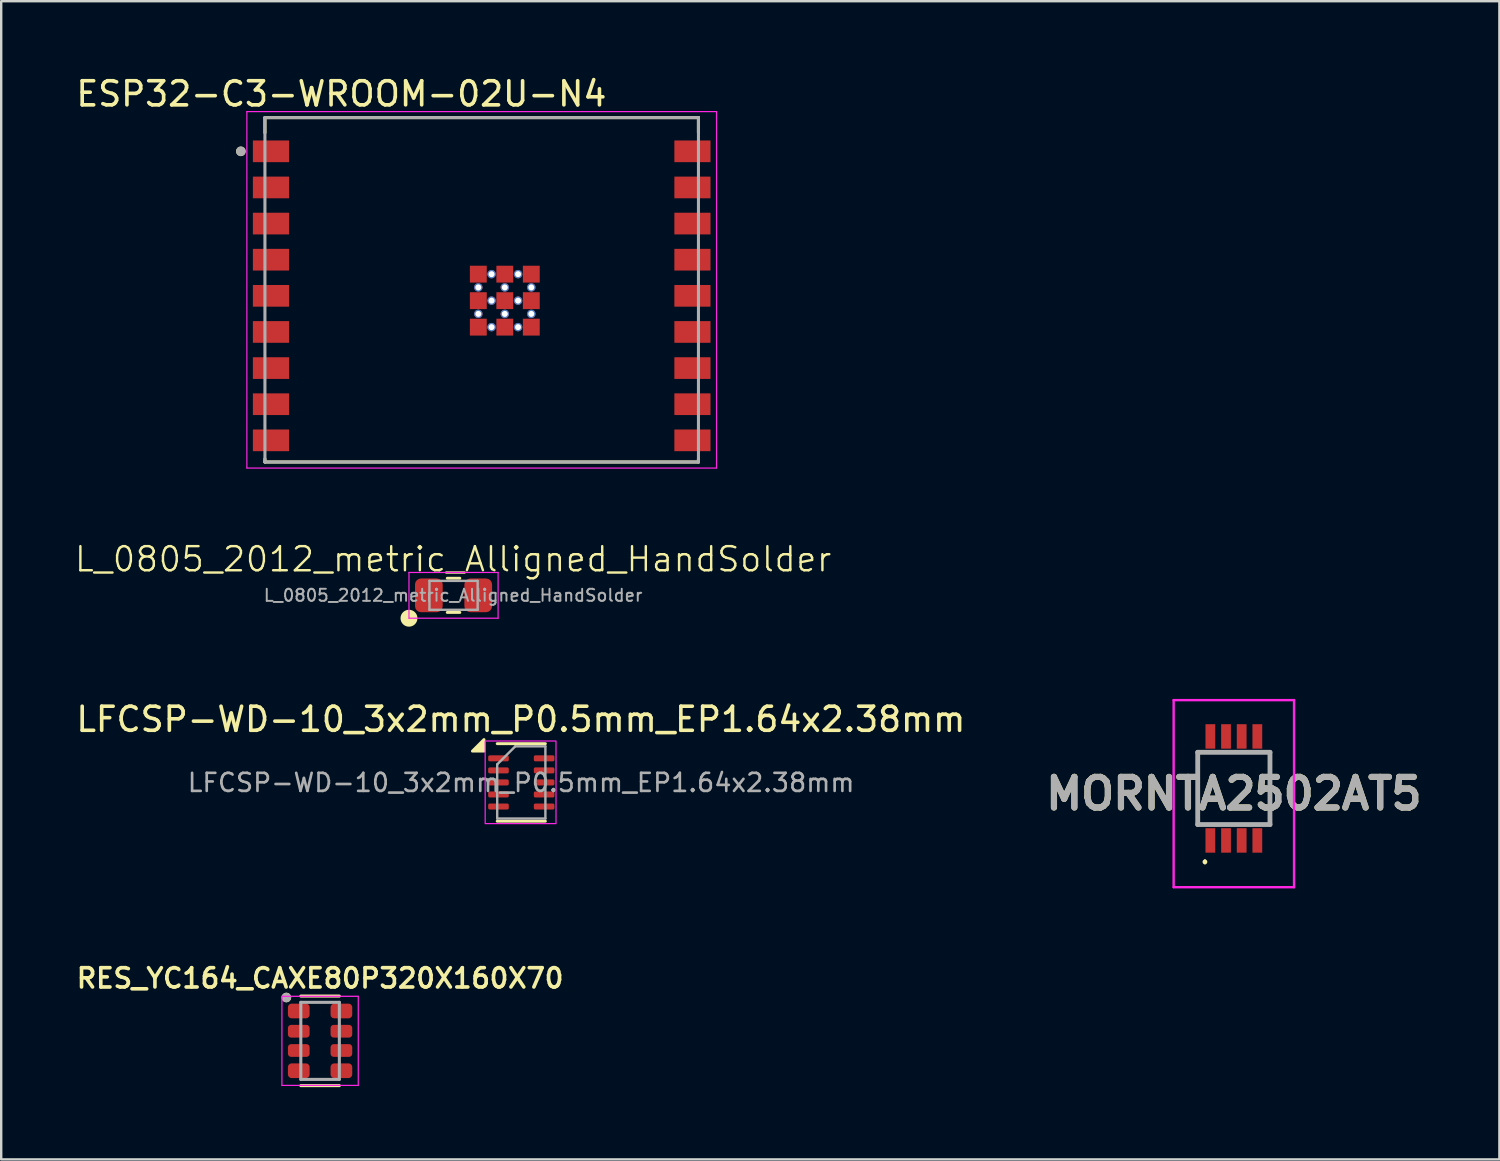
<source format=kicad_pcb>
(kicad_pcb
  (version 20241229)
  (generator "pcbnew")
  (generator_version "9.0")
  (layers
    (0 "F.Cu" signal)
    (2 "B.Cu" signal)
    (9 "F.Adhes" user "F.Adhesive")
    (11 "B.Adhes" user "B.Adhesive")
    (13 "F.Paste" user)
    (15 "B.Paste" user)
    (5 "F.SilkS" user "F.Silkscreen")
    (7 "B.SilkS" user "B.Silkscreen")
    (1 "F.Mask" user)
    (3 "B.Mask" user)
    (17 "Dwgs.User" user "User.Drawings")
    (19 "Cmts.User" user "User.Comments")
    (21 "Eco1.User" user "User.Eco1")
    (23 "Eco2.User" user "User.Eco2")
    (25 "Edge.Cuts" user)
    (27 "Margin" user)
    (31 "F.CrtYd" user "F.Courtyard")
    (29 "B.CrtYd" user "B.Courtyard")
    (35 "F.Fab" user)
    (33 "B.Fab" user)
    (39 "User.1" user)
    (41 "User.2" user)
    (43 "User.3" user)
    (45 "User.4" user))
  (footprint "ESP32-C3-WROOM-02U-N4"
    (layer "F.Cu")
    (at 16.95 8.983)
    (property "Reference" "ESP32-C3-WROOM-02U-N4" (at -5.825 -8.135 0) (layer "F.SilkS") (effects (font (size 1 1) (thickness 0.15))))
    (attr smd)
    (fp_line (start -9 -7.15) (end -9 -6.52) (stroke (width 0.127) (type solid)) (layer "F.SilkS"))
    (fp_line (start -9 7.15) (end -9 7.02) (stroke (width 0.127) (type solid)) (layer "F.SilkS"))
    (fp_line (start -9 7.15) (end 9 7.15) (stroke (width 0.127) (type solid)) (layer "F.SilkS"))
    (fp_line (start 9 -7.15) (end -9 -7.15) (stroke (width 0.127) (type solid)) (layer "F.SilkS"))
    (fp_line (start 9 -6.52) (end 9 -7.15) (stroke (width 0.127) (type solid)) (layer "F.SilkS"))
    (fp_line (start 9 7.15) (end 9 7.02) (stroke (width 0.127) (type solid)) (layer "F.SilkS"))
    (fp_circle (center -10 -5.75) (end -9.9 -5.75) (stroke (width 0.2) (type solid)) (fill no) (layer "F.SilkS"))
    (fp_line (start -9.75 -7.4) (end -9.75 7.4) (stroke (width 0.05) (type solid)) (layer "F.CrtYd"))
    (fp_line (start -9.75 7.4) (end 9.75 7.4) (stroke (width 0.05) (type solid)) (layer "F.CrtYd"))
    (fp_line (start 9.75 -7.4) (end -9.75 -7.4) (stroke (width 0.05) (type solid)) (layer "F.CrtYd"))
    (fp_line (start 9.75 7.4) (end 9.75 -7.4) (stroke (width 0.05) (type solid)) (layer "F.CrtYd"))
    (fp_line (start -9 -7.15) (end -9 7.15) (stroke (width 0.127) (type solid)) (layer "F.Fab"))
    (fp_line (start -9 7.15) (end 9 7.15) (stroke (width 0.127) (type solid)) (layer "F.Fab"))
    (fp_line (start 9 -7.15) (end -9 -7.15) (stroke (width 0.127) (type solid)) (layer "F.Fab"))
    (fp_line (start 9 7.15) (end 9 -7.15) (stroke (width 0.127) (type solid)) (layer "F.Fab"))
    (fp_circle (center -10 -5.75) (end -9.9 -5.75) (stroke (width 0.2) (type solid)) (fill no) (layer "F.Fab"))
    (pad "1" smd rect (at -8.75 -5.75) (size 1.5 0.9) (layers "F.Cu" "F.Mask" "F.Paste"))
    (pad "2" smd rect (at -8.75 -4.25) (size 1.5 0.9) (layers "F.Cu" "F.Mask" "F.Paste"))
    (pad "3" smd rect (at -8.75 -2.75) (size 1.5 0.9) (layers "F.Cu" "F.Mask" "F.Paste"))
    (pad "4" smd rect (at -8.75 -1.25) (size 1.5 0.9) (layers "F.Cu" "F.Mask" "F.Paste"))
    (pad "5" smd rect (at -8.75 0.25) (size 1.5 0.9) (layers "F.Cu" "F.Mask" "F.Paste"))
    (pad "6" smd rect (at -8.75 1.75) (size 1.5 0.9) (layers "F.Cu" "F.Mask" "F.Paste"))
    (pad "7" smd rect (at -8.75 3.25) (size 1.5 0.9) (layers "F.Cu" "F.Mask" "F.Paste"))
    (pad "8" smd rect (at -8.75 4.75) (size 1.5 0.9) (layers "F.Cu" "F.Mask" "F.Paste"))
    (pad "9" smd rect (at -8.75 6.25) (size 1.5 0.9) (layers "F.Cu" "F.Mask" "F.Paste"))
    (pad "10" smd rect (at 8.75 6.25) (size 1.5 0.9) (layers "F.Cu" "F.Mask" "F.Paste"))
    (pad "11" smd rect (at 8.75 4.75) (size 1.5 0.9) (layers "F.Cu" "F.Mask" "F.Paste"))
    (pad "12" smd rect (at 8.75 3.25) (size 1.5 0.9) (layers "F.Cu" "F.Mask" "F.Paste"))
    (pad "13" smd rect (at 8.75 1.75) (size 1.5 0.9) (layers "F.Cu" "F.Mask" "F.Paste"))
    (pad "14" smd rect (at 8.75 0.25) (size 1.5 0.9) (layers "F.Cu" "F.Mask" "F.Paste"))
    (pad "15" smd rect (at 8.75 -1.25) (size 1.5 0.9) (layers "F.Cu" "F.Mask" "F.Paste"))
    (pad "16" smd rect (at 8.75 -2.75) (size 1.5 0.9) (layers "F.Cu" "F.Mask" "F.Paste"))
    (pad "17" smd rect (at 8.75 -4.25) (size 1.5 0.9) (layers "F.Cu" "F.Mask" "F.Paste"))
    (pad "18" smd rect (at 8.75 -5.75) (size 1.5 0.9) (layers "F.Cu" "F.Mask" "F.Paste"))
    (pad "19_1" smd rect (at -0.14 -0.65) (size 0.7 0.7) (layers "F.Cu" "F.Mask" "F.Paste"))
    (pad "19_2" smd rect (at 0.96 -0.65) (size 0.7 0.7) (layers "F.Cu" "F.Mask" "F.Paste"))
    (pad "19_3" smd rect (at 2.06 -0.65) (size 0.7 0.7) (layers "F.Cu" "F.Mask" "F.Paste"))
    (pad "19_4" smd rect (at -0.14 0.45) (size 0.7 0.7) (layers "F.Cu" "F.Mask" "F.Paste"))
    (pad "19_5" smd rect (at 0.96 0.45) (size 0.7 0.7) (layers "F.Cu" "F.Mask" "F.Paste"))
    (pad "19_6" smd rect (at 2.06 0.45) (size 0.7 0.7) (layers "F.Cu" "F.Mask" "F.Paste"))
    (pad "19_7" smd rect (at -0.14 1.55) (size 0.7 0.7) (layers "F.Cu" "F.Mask" "F.Paste"))
    (pad "19_8" smd rect (at 0.96 1.55) (size 0.7 0.7) (layers "F.Cu" "F.Mask" "F.Paste"))
    (pad "19_9" smd rect (at 2.06 1.55) (size 0.7 0.7) (layers "F.Cu" "F.Mask" "F.Paste"))
    (pad "NC" thru_hole circle (at -0.14 -0.1) (size 0.35 0.35) (drill 0.25) (layers "*.Cu"))
    (pad "NC" thru_hole circle (at -0.14 1) (size 0.35 0.35) (drill 0.25) (layers "*.Cu"))
    (pad "NC" thru_hole circle (at 0.41 -0.65) (size 0.35 0.35) (drill 0.25) (layers "*.Cu"))
    (pad "NC" thru_hole circle (at 0.41 0.45) (size 0.35 0.35) (drill 0.25) (layers "*.Cu"))
    (pad "NC" thru_hole circle (at 0.41 1.55) (size 0.35 0.35) (drill 0.25) (layers "*.Cu"))
    (pad "NC" thru_hole circle (at 0.96 -0.1) (size 0.35 0.35) (drill 0.25) (layers "*.Cu"))
    (pad "NC" thru_hole circle (at 0.96 1) (size 0.35 0.35) (drill 0.25) (layers "*.Cu"))
    (pad "NC" thru_hole circle (at 1.51 -0.65) (size 0.35 0.35) (drill 0.25) (layers "*.Cu"))
    (pad "NC" thru_hole circle (at 1.51 0.45) (size 0.35 0.35) (drill 0.25) (layers "*.Cu"))
    (pad "NC" thru_hole circle (at 1.51 1.55) (size 0.35 0.35) (drill 0.25) (layers "*.Cu"))
    (pad "NC" thru_hole circle (at 2.06 -0.1) (size 0.35 0.35) (drill 0.25) (layers "*.Cu"))
    (pad "NC" thru_hole circle (at 2.06 1) (size 0.35 0.35) (drill 0.25) (layers "*.Cu")))
  (footprint "RES_YC164_CAXE80P320X160X70"
    (layer "F.Cu")
    (at 10.24 40.167)
    (property "Reference" "RES_YC164_CAXE80P320X160X70" (at 0 -2.6 0) (layer "F.SilkS") (effects (font (size 0.8 0.8) (thickness 0.15) (bold yes))))
    (attr smd)
    (fp_line (start -0.8 1.859) (end 0.8 1.859) (stroke (width 0.127) (type solid)) (layer "F.SilkS"))
    (fp_line (start 0.8 -1.859) (end -0.8 -1.859) (stroke (width 0.127) (type solid)) (layer "F.SilkS"))
    (fp_circle (center -1.4 -1.8) (end -1.3 -1.8) (stroke (width 0.2) (type solid)) (fill no) (layer "F.SilkS"))
    (fp_line (start -1.585 -1.85) (end -1.585 1.85) (stroke (width 0.05) (type solid)) (layer "F.CrtYd"))
    (fp_line (start -1.585 1.85) (end 1.585 1.85) (stroke (width 0.05) (type solid)) (layer "F.CrtYd"))
    (fp_line (start 1.585 -1.85) (end -1.585 -1.85) (stroke (width 0.05) (type solid)) (layer "F.CrtYd"))
    (fp_line (start 1.585 1.85) (end 1.585 -1.85) (stroke (width 0.05) (type solid)) (layer "F.CrtYd"))
    (fp_line (start -0.8 -1.6) (end -0.8 1.6) (stroke (width 0.127) (type solid)) (layer "F.Fab"))
    (fp_line (start -0.8 1.6) (end 0.8 1.6) (stroke (width 0.127) (type solid)) (layer "F.Fab"))
    (fp_line (start 0.8 -1.6) (end -0.8 -1.6) (stroke (width 0.127) (type solid)) (layer "F.Fab"))
    (fp_line (start 0.8 1.6) (end 0.8 -1.6) (stroke (width 0.127) (type solid)) (layer "F.Fab"))
    (fp_circle (center -1.4 -1.8) (end -1.3 -1.8) (stroke (width 0.2) (type solid)) (fill no) (layer "F.Fab"))
    (pad "1" smd roundrect (at -0.885 -1.24) (size 0.9 0.61) (layers "F.Cu" "F.Mask" "F.Paste") (roundrect_rratio 0.25))
    (pad "2" smd roundrect (at -0.885 -0.4) (size 0.9 0.53) (layers "F.Cu" "F.Mask" "F.Paste") (roundrect_rratio 0.25))
    (pad "3" smd roundrect (at -0.885 0.4) (size 0.9 0.53) (layers "F.Cu" "F.Mask" "F.Paste") (roundrect_rratio 0.25))
    (pad "4" smd roundrect (at -0.885 1.24) (size 0.9 0.61) (layers "F.Cu" "F.Mask" "F.Paste") (roundrect_rratio 0.25))
    (pad "5" smd roundrect (at 0.885 1.24) (size 0.9 0.61) (layers "F.Cu" "F.Mask" "F.Paste") (roundrect_rratio 0.25))
    (pad "6" smd roundrect (at 0.885 0.4) (size 0.9 0.53) (layers "F.Cu" "F.Mask" "F.Paste") (roundrect_rratio 0.25))
    (pad "7" smd roundrect (at 0.885 -0.4) (size 0.9 0.53) (layers "F.Cu" "F.Mask" "F.Paste") (roundrect_rratio 0.25))
    (pad "8" smd roundrect (at 0.885 -1.24) (size 0.9 0.61) (layers "F.Cu" "F.Mask" "F.Paste") (roundrect_rratio 0.25)))
  (footprint "L_0805_2012_metric_Alligned_HandSolder"
    (layer "F.Cu")
    (at 15.764 21.669)
    (property "Reference" "L_0805_2012_metric_Alligned_HandSolder" (at 0 -1.5 0) (unlocked yes) (layer "F.SilkS") (effects (font (size 1 1) (thickness 0.1))))
    (attr smd)
    (fp_line (start -0.244 -0.71) (end 0.279 -0.71) (stroke (width 0.12) (type solid)) (layer "F.SilkS"))
    (fp_line (start -0.244 0.71) (end 0.279 0.71) (stroke (width 0.12) (type solid)) (layer "F.SilkS"))
    (fp_circle (center -1.833 0.95) (end -1.532 0.95) (stroke (width 0.1) (type solid)) (fill yes) (layer "F.SilkS"))
    (fp_line (start -1.833 -0.95) (end 1.867 -0.95) (stroke (width 0.05) (type solid)) (layer "F.CrtYd"))
    (fp_line (start -1.833 0.95) (end -1.833 -0.95) (stroke (width 0.05) (type solid)) (layer "F.CrtYd"))
    (fp_line (start 1.867 -0.95) (end 1.867 0.95) (stroke (width 0.05) (type solid)) (layer "F.CrtYd"))
    (fp_line (start 1.867 0.95) (end -1.833 0.95) (stroke (width 0.05) (type solid)) (layer "F.CrtYd"))
    (fp_line (start -0.983 -0.6) (end 1.018 -0.6) (stroke (width 0.1) (type solid)) (layer "F.Fab"))
    (fp_line (start -0.983 0.6) (end -0.983 -0.6) (stroke (width 0.1) (type solid)) (layer "F.Fab"))
    (fp_line (start 1.018 -0.6) (end 1.018 0.6) (stroke (width 0.1) (type solid)) (layer "F.Fab"))
    (fp_line (start 1.018 0.6) (end -0.983 0.6) (stroke (width 0.1) (type solid)) (layer "F.Fab"))
    (fp_text user "${REFERENCE}" (at 0 0 0) (layer "F.Fab") (effects (font (size 0.5 0.5) (thickness 0.08))))
    (pad "1" smd roundrect (at -1.008 0) (size 1.15 1.4) (layers "F.Cu" "F.Mask" "F.Paste") (roundrect_rratio 0.217))
    (pad "2" smd roundrect (at 1.042 0) (size 1.15 1.4) (layers "F.Cu" "F.Mask" "F.Paste") (roundrect_rratio 0.217)))
  (footprint "LFCSP-WD-10_3x2mm_P0.5mm_EP1.64x2.38mm"
    (layer "F.Cu")
    (at 18.587 29.447)
    (property "Reference" "LFCSP-WD-10_3x2mm_P0.5mm_EP1.64x2.38mm" (at -0.01 -2.63 0) (layer "F.SilkS") (effects (font (size 1 1) (thickness 0.15))))
    (attr smd)
    (fp_line (start -0.993 -1.62) (end 1.008 -1.62) (stroke (width 0.12) (type solid)) (layer "F.SilkS"))
    (fp_line (start -0.993 1.6) (end 1.008 1.6) (stroke (width 0.12) (type solid)) (layer "F.SilkS"))
    (fp_poly (pts (xy -1.542 -1.31) (xy -2.022 -1.31) (xy -1.542 -1.79) (xy -1.542 -1.31)) (stroke (width 0.12) (type solid)) (fill yes) (layer "F.SilkS"))
    (fp_rect (start -1.492 -1.73) (end 1.448 1.7) (stroke (width 0.05) (type default)) (fill no) (layer "F.CrtYd"))
    (fp_line (start -0.993 -0.76) (end -0.242 -1.51) (stroke (width 0.1) (type solid)) (layer "F.Fab"))
    (fp_line (start -0.993 1.49) (end -0.993 -0.76) (stroke (width 0.1) (type solid)) (layer "F.Fab"))
    (fp_line (start -0.242 -1.51) (end 1.008 -1.51) (stroke (width 0.1) (type solid)) (layer "F.Fab"))
    (fp_line (start 1.008 -1.51) (end 1.008 1.49) (stroke (width 0.1) (type solid)) (layer "F.Fab"))
    (fp_line (start 1.008 1.49) (end -0.993 1.49) (stroke (width 0.1) (type solid)) (layer "F.Fab"))
    (fp_text user "${REFERENCE}" (at 0 0 0) (layer "F.Fab") (effects (font (size 0.75 0.75) (thickness 0.11))))
    (pad "1" smd roundrect (at -0.94 -1.01) (size 0.855 0.25) (layers "F.Cu" "F.Mask" "F.Paste") (roundrect_rratio 0.25))
    (pad "2" smd roundrect (at -0.94 -0.51) (size 0.855 0.25) (layers "F.Cu" "F.Mask" "F.Paste") (roundrect_rratio 0.25))
    (pad "3" smd roundrect (at -0.94 -0.01) (size 0.855 0.25) (layers "F.Cu" "F.Mask" "F.Paste") (roundrect_rratio 0.25))
    (pad "4" smd roundrect (at -0.94 0.49) (size 0.855 0.25) (layers "F.Cu" "F.Mask" "F.Paste") (roundrect_rratio 0.25))
    (pad "5" smd roundrect (at -0.94 0.99) (size 0.855 0.25) (layers "F.Cu" "F.Mask" "F.Paste") (roundrect_rratio 0.25))
    (pad "6" smd roundrect (at 0.955 0.99) (size 0.855 0.25) (layers "F.Cu" "F.Mask" "F.Paste") (roundrect_rratio 0.25))
    (pad "7" smd roundrect (at 0.955 0.49) (size 0.855 0.25) (layers "F.Cu" "F.Mask" "F.Paste") (roundrect_rratio 0.25))
    (pad "8" smd roundrect (at 0.955 -0.01) (size 0.855 0.25) (layers "F.Cu" "F.Mask" "F.Paste") (roundrect_rratio 0.25))
    (pad "9" smd roundrect (at 0.955 -0.51) (size 0.855 0.25) (layers "F.Cu" "F.Mask" "F.Paste") (roundrect_rratio 0.25))
    (pad "10" smd roundrect (at 0.955 -1.01) (size 0.855 0.25) (layers "F.Cu" "F.Mask" "F.Paste") (roundrect_rratio 0.25)))
  (footprint "MORNTA2502AT5"
    (layer "F.Cu")
    (at 48.18 29.686)
    (property "Reference" "MORNTA2502AT5" (at 0 0.217 0) (layer "F.SilkS") (effects (font (size 1.27 1.27) (thickness 0.254))))
    (attr smd)
    (fp_line (start -1.5 1.2) (end -1.5 -1.4) (stroke (width 0.1) (type solid)) (layer "F.SilkS"))
    (fp_line (start -1.2 3) (end -1.2 3) (stroke (width 0.1) (type solid)) (layer "F.SilkS"))
    (fp_line (start -1.2 3.1) (end -1.2 3.1) (stroke (width 0.1) (type solid)) (layer "F.SilkS"))
    (fp_line (start 1.5 1.2) (end 1.5 -1.2) (stroke (width 0.1) (type solid)) (layer "F.SilkS"))
    (fp_arc (start -1.2 3) (mid -1.15 3.05) (end -1.2 3.1) (stroke (width 0.1) (type solid)) (layer "F.SilkS"))
    (fp_arc (start -1.2 3.1) (mid -1.25 3.05) (end -1.2 3) (stroke (width 0.1) (type solid)) (layer "F.SilkS"))
    (fp_line (start -2.5 -3.667) (end 2.5 -3.667) (stroke (width 0.1) (type solid)) (layer "F.CrtYd"))
    (fp_line (start -2.5 4.1) (end -2.5 -3.667) (stroke (width 0.1) (type solid)) (layer "F.CrtYd"))
    (fp_line (start 2.5 -3.667) (end 2.5 4.1) (stroke (width 0.1) (type solid)) (layer "F.CrtYd"))
    (fp_line (start 2.5 4.1) (end -2.5 4.1) (stroke (width 0.1) (type solid)) (layer "F.CrtYd"))
    (fp_line (start -1.5 -1.5) (end 1.5 -1.5) (stroke (width 0.2) (type solid)) (layer "F.Fab"))
    (fp_line (start -1.5 1.5) (end -1.5 -1.5) (stroke (width 0.2) (type solid)) (layer "F.Fab"))
    (fp_line (start 1.5 -1.5) (end 1.5 1.5) (stroke (width 0.2) (type solid)) (layer "F.Fab"))
    (fp_line (start 1.5 1.5) (end -1.5 1.5) (stroke (width 0.2) (type solid)) (layer "F.Fab"))
    (fp_text user "${REFERENCE}" (at 0 0.217 0) (layer "F.Fab") (effects (font (size 1.27 1.27) (thickness 0.254))))
    (pad "1" smd rect (at -0.975 2.159) (size 0.406 1.016) (layers "F.Cu" "F.Mask" "F.Paste"))
    (pad "2" smd rect (at -0.325 2.159) (size 0.406 1.016) (layers "F.Cu" "F.Mask" "F.Paste"))
    (pad "3" smd rect (at 0.325 2.159) (size 0.406 1.016) (layers "F.Cu" "F.Mask" "F.Paste"))
    (pad "4" smd rect (at 0.975 2.159) (size 0.406 1.016) (layers "F.Cu" "F.Mask" "F.Paste"))
    (pad "5" smd rect (at 0.975 -2.159) (size 0.406 1.016) (layers "F.Cu" "F.Mask" "F.Paste"))
    (pad "6" smd rect (at 0.325 -2.159) (size 0.406 1.016) (layers "F.Cu" "F.Mask" "F.Paste"))
    (pad "7" smd rect (at -0.325 -2.159) (size 0.406 1.016) (layers "F.Cu" "F.Mask" "F.Paste"))
    (pad "8" smd rect (at -0.975 -2.159) (size 0.406 1.016) (layers "F.Cu" "F.Mask" "F.Paste")))
  (gr_rect
    (start -3 -3)
    (end 59.205 45.09)
    (stroke (width 0.1) (type default))
    (fill no)
    (layer "Edge.Cuts")))
</source>
